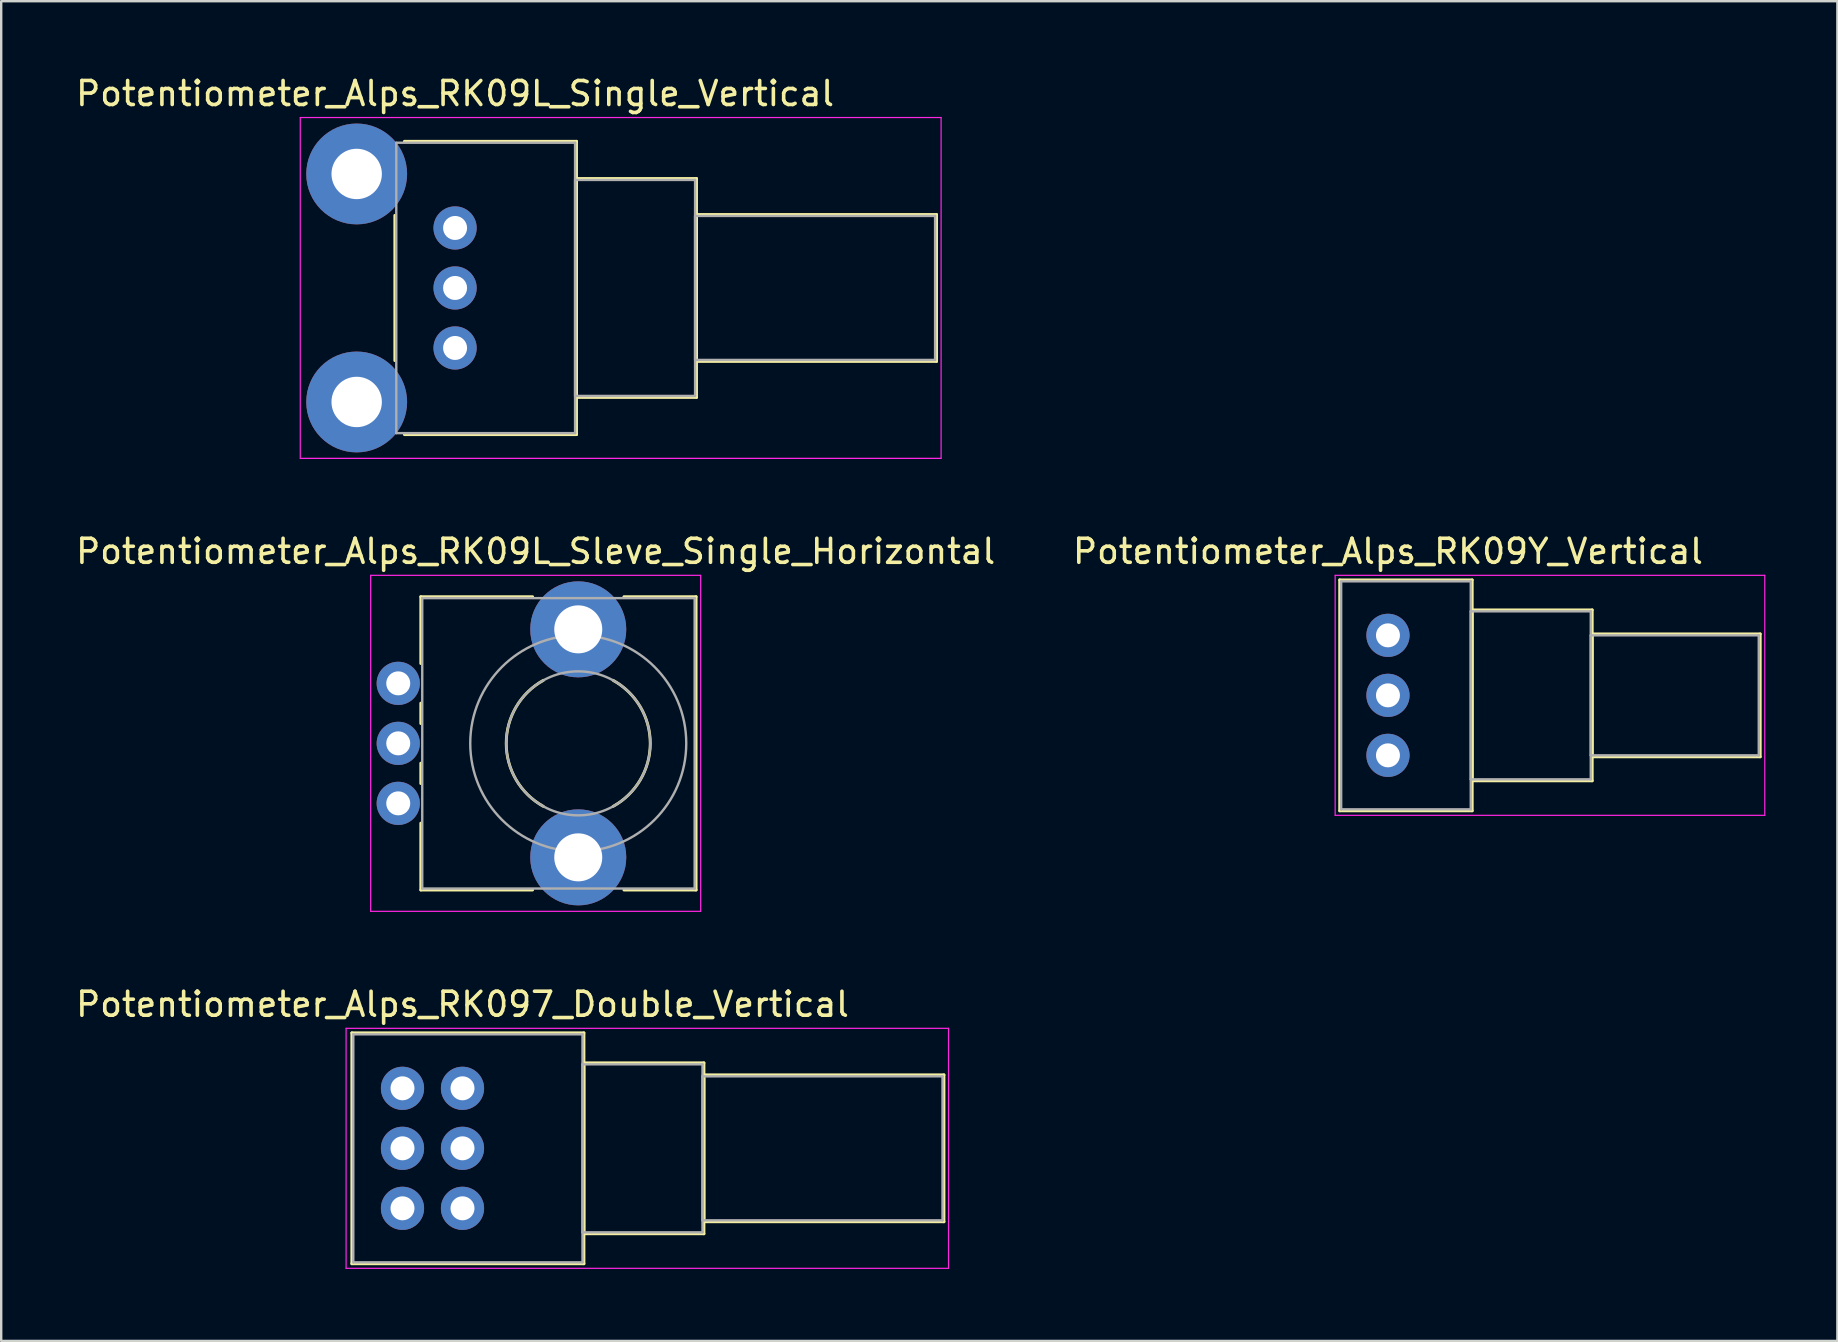
<source format=kicad_pcb>
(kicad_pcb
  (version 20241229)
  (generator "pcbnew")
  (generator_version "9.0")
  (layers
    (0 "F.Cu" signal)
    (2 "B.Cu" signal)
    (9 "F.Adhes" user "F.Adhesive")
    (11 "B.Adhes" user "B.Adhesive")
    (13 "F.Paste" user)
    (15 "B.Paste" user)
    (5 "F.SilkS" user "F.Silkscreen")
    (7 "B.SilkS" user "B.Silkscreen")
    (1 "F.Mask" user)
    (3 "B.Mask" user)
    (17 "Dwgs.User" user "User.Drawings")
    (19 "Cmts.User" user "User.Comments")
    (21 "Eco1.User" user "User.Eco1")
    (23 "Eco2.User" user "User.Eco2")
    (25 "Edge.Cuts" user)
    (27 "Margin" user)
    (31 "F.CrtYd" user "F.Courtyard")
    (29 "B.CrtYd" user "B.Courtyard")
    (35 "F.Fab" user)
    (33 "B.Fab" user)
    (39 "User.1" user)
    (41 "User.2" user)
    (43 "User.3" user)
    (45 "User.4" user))
  (footprint "Potentiometer_Alps_RK09L_Single_Vertical"
    (layer "F.Cu")
    (at 15.911 11.448)
    (property "Reference" "Potentiometer_Alps_RK09L_Single_Vertical" (at 0 -10.6 0) (layer "F.SilkS") (effects (font (size 1 1) (thickness 0.15))))
    (attr through_hole)
    (fp_line (start -2.51 -5.525) (end -2.51 0.525) (stroke (width 0.12) (type solid)) (layer "F.SilkS"))
    (fp_line (start -2.111 -8.61) (end 5.06 -8.61) (stroke (width 0.12) (type solid)) (layer "F.SilkS"))
    (fp_line (start -2.111 3.61) (end 5.06 3.61) (stroke (width 0.12) (type solid)) (layer "F.SilkS"))
    (fp_line (start 5.06 -8.61) (end 5.06 3.61) (stroke (width 0.12) (type solid)) (layer "F.SilkS"))
    (fp_line (start 5.06 -7.06) (end 5.06 2.06) (stroke (width 0.12) (type solid)) (layer "F.SilkS"))
    (fp_line (start 5.06 -7.06) (end 10.06 -7.06) (stroke (width 0.12) (type solid)) (layer "F.SilkS"))
    (fp_line (start 5.06 2.06) (end 10.06 2.06) (stroke (width 0.12) (type solid)) (layer "F.SilkS"))
    (fp_line (start 10.06 -7.06) (end 10.06 2.06) (stroke (width 0.12) (type solid)) (layer "F.SilkS"))
    (fp_line (start 10.06 -5.56) (end 10.06 0.56) (stroke (width 0.12) (type solid)) (layer "F.SilkS"))
    (fp_line (start 10.06 -5.56) (end 20.061 -5.56) (stroke (width 0.12) (type solid)) (layer "F.SilkS"))
    (fp_line (start 10.06 0.56) (end 20.061 0.56) (stroke (width 0.12) (type solid)) (layer "F.SilkS"))
    (fp_line (start 20.061 -5.56) (end 20.061 0.56) (stroke (width 0.12) (type solid)) (layer "F.SilkS"))
    (fp_line (start -6.45 -9.6) (end -6.45 4.6) (stroke (width 0.05) (type solid)) (layer "F.CrtYd"))
    (fp_line (start -6.45 4.6) (end 20.25 4.6) (stroke (width 0.05) (type solid)) (layer "F.CrtYd"))
    (fp_line (start 20.25 -9.6) (end -6.45 -9.6) (stroke (width 0.05) (type solid)) (layer "F.CrtYd"))
    (fp_line (start 20.25 4.6) (end 20.25 -9.6) (stroke (width 0.05) (type solid)) (layer "F.CrtYd"))
    (fp_line (start -2.45 -8.55) (end -2.45 3.55) (stroke (width 0.1) (type solid)) (layer "F.Fab"))
    (fp_line (start -2.45 3.55) (end 5 3.55) (stroke (width 0.1) (type solid)) (layer "F.Fab"))
    (fp_line (start 5 -8.55) (end -2.45 -8.55) (stroke (width 0.1) (type solid)) (layer "F.Fab"))
    (fp_line (start 5 -7) (end 5 2) (stroke (width 0.1) (type solid)) (layer "F.Fab"))
    (fp_line (start 5 2) (end 10 2) (stroke (width 0.1) (type solid)) (layer "F.Fab"))
    (fp_line (start 5 3.55) (end 5 -8.55) (stroke (width 0.1) (type solid)) (layer "F.Fab"))
    (fp_line (start 10 -7) (end 5 -7) (stroke (width 0.1) (type solid)) (layer "F.Fab"))
    (fp_line (start 10 -5.5) (end 10 0.5) (stroke (width 0.1) (type solid)) (layer "F.Fab"))
    (fp_line (start 10 0.5) (end 20 0.5) (stroke (width 0.1) (type solid)) (layer "F.Fab"))
    (fp_line (start 10 2) (end 10 -7) (stroke (width 0.1) (type solid)) (layer "F.Fab"))
    (fp_line (start 20 -5.5) (end 10 -5.5) (stroke (width 0.1) (type solid)) (layer "F.Fab"))
    (fp_line (start 20 0.5) (end 20 -5.5) (stroke (width 0.1) (type solid)) (layer "F.Fab"))
    (pad "0" thru_hole circle (at -4.1 -7.25) (size 4.2 4.2) (drill 2.1) (layers "*.Cu" "*.Mask"))
    (pad "0" thru_hole circle (at -4.1 2.25) (size 4.2 4.2) (drill 2.1) (layers "*.Cu" "*.Mask"))
    (pad "1" thru_hole circle (at 0 0) (size 1.8 1.8) (drill 1) (layers "*.Cu" "*.Mask"))
    (pad "2" thru_hole circle (at 0 -2.5) (size 1.8 1.8) (drill 1) (layers "*.Cu" "*.Mask"))
    (pad "3" thru_hole circle (at 0 -5) (size 1.8 1.8) (drill 1) (layers "*.Cu" "*.Mask")))
  (footprint "Potentiometer_Alps_RK09Y_Vertical"
    (layer "F.Cu")
    (at 54.78 28.422)
    (property "Reference" "Potentiometer_Alps_RK09Y_Vertical" (at 0 -8.5 0) (layer "F.SilkS") (effects (font (size 1 1) (thickness 0.15))))
    (attr through_hole)
    (fp_line (start -2.011 -7.31) (end -2.011 2.31) (stroke (width 0.12) (type solid)) (layer "F.SilkS"))
    (fp_line (start -2.011 -7.31) (end 3.51 -7.31) (stroke (width 0.12) (type solid)) (layer "F.SilkS"))
    (fp_line (start -2.011 2.31) (end 3.51 2.31) (stroke (width 0.12) (type solid)) (layer "F.SilkS"))
    (fp_line (start 3.51 -7.31) (end 3.51 2.31) (stroke (width 0.12) (type solid)) (layer "F.SilkS"))
    (fp_line (start 3.51 -6.06) (end 3.51 1.06) (stroke (width 0.12) (type solid)) (layer "F.SilkS"))
    (fp_line (start 3.51 -6.06) (end 8.51 -6.06) (stroke (width 0.12) (type solid)) (layer "F.SilkS"))
    (fp_line (start 3.51 1.06) (end 8.51 1.06) (stroke (width 0.12) (type solid)) (layer "F.SilkS"))
    (fp_line (start 8.51 -6.06) (end 8.51 1.06) (stroke (width 0.12) (type solid)) (layer "F.SilkS"))
    (fp_line (start 8.51 -5.06) (end 8.51 0.06) (stroke (width 0.12) (type solid)) (layer "F.SilkS"))
    (fp_line (start 8.51 -5.06) (end 15.51 -5.06) (stroke (width 0.12) (type solid)) (layer "F.SilkS"))
    (fp_line (start 8.51 0.06) (end 15.51 0.06) (stroke (width 0.12) (type solid)) (layer "F.SilkS"))
    (fp_line (start 15.51 -5.06) (end 15.51 0.06) (stroke (width 0.12) (type solid)) (layer "F.SilkS"))
    (fp_line (start -2.2 -7.5) (end -2.2 2.5) (stroke (width 0.05) (type solid)) (layer "F.CrtYd"))
    (fp_line (start -2.2 2.5) (end 15.7 2.5) (stroke (width 0.05) (type solid)) (layer "F.CrtYd"))
    (fp_line (start 15.7 -7.5) (end -2.2 -7.5) (stroke (width 0.05) (type solid)) (layer "F.CrtYd"))
    (fp_line (start 15.7 2.5) (end 15.7 -7.5) (stroke (width 0.05) (type solid)) (layer "F.CrtYd"))
    (fp_line (start -1.95 -7.25) (end -1.95 2.25) (stroke (width 0.1) (type solid)) (layer "F.Fab"))
    (fp_line (start -1.95 2.25) (end 3.45 2.25) (stroke (width 0.1) (type solid)) (layer "F.Fab"))
    (fp_line (start 3.45 -7.25) (end -1.95 -7.25) (stroke (width 0.1) (type solid)) (layer "F.Fab"))
    (fp_line (start 3.45 -6) (end 3.45 1) (stroke (width 0.1) (type solid)) (layer "F.Fab"))
    (fp_line (start 3.45 1) (end 8.45 1) (stroke (width 0.1) (type solid)) (layer "F.Fab"))
    (fp_line (start 3.45 2.25) (end 3.45 -7.25) (stroke (width 0.1) (type solid)) (layer "F.Fab"))
    (fp_line (start 8.45 -6) (end 3.45 -6) (stroke (width 0.1) (type solid)) (layer "F.Fab"))
    (fp_line (start 8.45 -5) (end 8.45 0) (stroke (width 0.1) (type solid)) (layer "F.Fab"))
    (fp_line (start 8.45 0) (end 15.45 0) (stroke (width 0.1) (type solid)) (layer "F.Fab"))
    (fp_line (start 8.45 1) (end 8.45 -6) (stroke (width 0.1) (type solid)) (layer "F.Fab"))
    (fp_line (start 15.45 -5) (end 8.45 -5) (stroke (width 0.1) (type solid)) (layer "F.Fab"))
    (fp_line (start 15.45 0) (end 15.45 -5) (stroke (width 0.1) (type solid)) (layer "F.Fab"))
    (pad "1" thru_hole circle (at 0 0) (size 1.8 1.8) (drill 1) (layers "*.Cu" "*.Mask"))
    (pad "2" thru_hole circle (at 0 -2.5) (size 1.8 1.8) (drill 1) (layers "*.Cu" "*.Mask"))
    (pad "3" thru_hole circle (at 0 -5) (size 1.8 1.8) (drill 1) (layers "*.Cu" "*.Mask")))
  (footprint "Potentiometer_Alps_RK09L_Sleve_Single_Horizontal"
    (layer "F.Cu")
    (at 13.543 30.422)
    (property "Reference" "Potentiometer_Alps_RK09L_Sleve_Single_Horizontal" (at 5.725 -10.5 0) (layer "F.SilkS") (effects (font (size 1 1) (thickness 0.15))))
    (attr through_hole)
    (fp_line (start 0.94 -8.61) (end 0.94 -5.825) (stroke (width 0.12) (type solid)) (layer "F.SilkS"))
    (fp_line (start 0.94 -8.61) (end 5.598 -8.61) (stroke (width 0.12) (type solid)) (layer "F.SilkS"))
    (fp_line (start 0.94 -4.175) (end 0.94 -3.325) (stroke (width 0.12) (type solid)) (layer "F.SilkS"))
    (fp_line (start 0.94 -1.675) (end 0.94 -0.825) (stroke (width 0.12) (type solid)) (layer "F.SilkS"))
    (fp_line (start 0.94 0.825) (end 0.94 3.61) (stroke (width 0.12) (type solid)) (layer "F.SilkS"))
    (fp_line (start 0.94 3.61) (end 5.598 3.61) (stroke (width 0.12) (type solid)) (layer "F.SilkS"))
    (fp_line (start 9.403 -8.61) (end 12.41 -8.61) (stroke (width 0.12) (type solid)) (layer "F.SilkS"))
    (fp_line (start 9.403 3.61) (end 12.41 3.61) (stroke (width 0.12) (type solid)) (layer "F.SilkS"))
    (fp_line (start 12.41 -8.61) (end 12.41 3.61) (stroke (width 0.12) (type solid)) (layer "F.SilkS"))
    (fp_arc (start 6.044376 0.1241) (mid 4.49921 -2.500928) (end 6.046 -5.125) (stroke (width 0.12) (type solid)) (layer "F.SilkS"))
    (fp_arc (start 8.954246 -5.124418) (mid 10.5004 -2.500431) (end 8.955 0.124) (stroke (width 0.12) (type solid)) (layer "F.SilkS"))
    (fp_line (start -1.15 -9.5) (end -1.15 4.5) (stroke (width 0.05) (type solid)) (layer "F.CrtYd"))
    (fp_line (start -1.15 4.5) (end 12.6 4.5) (stroke (width 0.05) (type solid)) (layer "F.CrtYd"))
    (fp_line (start 12.6 -9.5) (end -1.15 -9.5) (stroke (width 0.05) (type solid)) (layer "F.CrtYd"))
    (fp_line (start 12.6 4.5) (end 12.6 -9.5) (stroke (width 0.05) (type solid)) (layer "F.CrtYd"))
    (fp_line (start 1 -8.55) (end 1 3.55) (stroke (width 0.1) (type solid)) (layer "F.Fab"))
    (fp_line (start 1 3.55) (end 12.35 3.55) (stroke (width 0.1) (type solid)) (layer "F.Fab"))
    (fp_line (start 12.35 -8.55) (end 1 -8.55) (stroke (width 0.1) (type solid)) (layer "F.Fab"))
    (fp_line (start 12.35 3.55) (end 12.35 -8.55) (stroke (width 0.1) (type solid)) (layer "F.Fab"))
    (fp_circle (center 7.5 -2.5) (end 10.5 -2.5) (stroke (width 0.1) (type solid)) (fill no) (layer "F.Fab"))
    (fp_circle (center 7.5 -2.5) (end 12 -2.5) (stroke (width 0.1) (type solid)) (fill no) (layer "F.Fab"))
    (pad "" np_thru_hole circle (at 7.5 -7.25) (size 4 4) (drill 2) (layers "*.Cu" "*.Mask"))
    (pad "" np_thru_hole circle (at 7.5 2.25) (size 4 4) (drill 2) (layers "*.Cu" "*.Mask"))
    (pad "1" thru_hole circle (at 0 0) (size 1.8 1.8) (drill 1) (layers "*.Cu" "*.Mask"))
    (pad "2" thru_hole circle (at 0 -2.5) (size 1.8 1.8) (drill 1) (layers "*.Cu" "*.Mask"))
    (pad "3" thru_hole circle (at 0 -5) (size 1.8 1.8) (drill 1) (layers "*.Cu" "*.Mask")))
  (footprint "Potentiometer_Alps_RK097_Double_Vertical"
    (layer "F.Cu")
    (at 16.22 47.295)
    (property "Reference" "Potentiometer_Alps_RK097_Double_Vertical" (at 0 -8.5 0) (layer "F.SilkS") (effects (font (size 1 1) (thickness 0.15))))
    (attr through_hole)
    (fp_line (start -4.61 -7.31) (end -4.61 2.31) (stroke (width 0.12) (type solid)) (layer "F.SilkS"))
    (fp_line (start -4.61 -7.31) (end 5.06 -7.31) (stroke (width 0.12) (type solid)) (layer "F.SilkS"))
    (fp_line (start -4.61 2.31) (end 5.06 2.31) (stroke (width 0.12) (type solid)) (layer "F.SilkS"))
    (fp_line (start 5.06 -7.31) (end 5.06 2.31) (stroke (width 0.12) (type solid)) (layer "F.SilkS"))
    (fp_line (start 5.06 -6.06) (end 5.06 1.06) (stroke (width 0.12) (type solid)) (layer "F.SilkS"))
    (fp_line (start 5.06 -6.06) (end 10.06 -6.06) (stroke (width 0.12) (type solid)) (layer "F.SilkS"))
    (fp_line (start 5.06 1.06) (end 10.06 1.06) (stroke (width 0.12) (type solid)) (layer "F.SilkS"))
    (fp_line (start 10.06 -6.06) (end 10.06 1.06) (stroke (width 0.12) (type solid)) (layer "F.SilkS"))
    (fp_line (start 10.06 -5.56) (end 10.06 0.56) (stroke (width 0.12) (type solid)) (layer "F.SilkS"))
    (fp_line (start 10.06 -5.56) (end 20.06 -5.56) (stroke (width 0.12) (type solid)) (layer "F.SilkS"))
    (fp_line (start 10.06 0.56) (end 20.06 0.56) (stroke (width 0.12) (type solid)) (layer "F.SilkS"))
    (fp_line (start 20.06 -5.56) (end 20.06 0.56) (stroke (width 0.12) (type solid)) (layer "F.SilkS"))
    (fp_line (start -4.85 -7.5) (end -4.85 2.5) (stroke (width 0.05) (type solid)) (layer "F.CrtYd"))
    (fp_line (start -4.85 2.5) (end 20.25 2.5) (stroke (width 0.05) (type solid)) (layer "F.CrtYd"))
    (fp_line (start 20.25 -7.5) (end -4.85 -7.5) (stroke (width 0.05) (type solid)) (layer "F.CrtYd"))
    (fp_line (start 20.25 2.5) (end 20.25 -7.5) (stroke (width 0.05) (type solid)) (layer "F.CrtYd"))
    (fp_line (start -4.55 -7.25) (end -4.55 2.25) (stroke (width 0.1) (type solid)) (layer "F.Fab"))
    (fp_line (start -4.55 2.25) (end 5 2.25) (stroke (width 0.1) (type solid)) (layer "F.Fab"))
    (fp_line (start 5 -7.25) (end -4.55 -7.25) (stroke (width 0.1) (type solid)) (layer "F.Fab"))
    (fp_line (start 5 -6) (end 5 1) (stroke (width 0.1) (type solid)) (layer "F.Fab"))
    (fp_line (start 5 1) (end 10 1) (stroke (width 0.1) (type solid)) (layer "F.Fab"))
    (fp_line (start 5 2.25) (end 5 -7.25) (stroke (width 0.1) (type solid)) (layer "F.Fab"))
    (fp_line (start 10 -6) (end 5 -6) (stroke (width 0.1) (type solid)) (layer "F.Fab"))
    (fp_line (start 10 -5.5) (end 10 0.5) (stroke (width 0.1) (type solid)) (layer "F.Fab"))
    (fp_line (start 10 0.5) (end 20 0.5) (stroke (width 0.1) (type solid)) (layer "F.Fab"))
    (fp_line (start 10 1) (end 10 -6) (stroke (width 0.1) (type solid)) (layer "F.Fab"))
    (fp_line (start 20 -5.5) (end 10 -5.5) (stroke (width 0.1) (type solid)) (layer "F.Fab"))
    (fp_line (start 20 0.5) (end 20 -5.5) (stroke (width 0.1) (type solid)) (layer "F.Fab"))
    (pad "1" thru_hole circle (at 0 0) (size 1.8 1.8) (drill 1) (layers "*.Cu" "*.Mask"))
    (pad "2" thru_hole circle (at 0 -2.5) (size 1.8 1.8) (drill 1) (layers "*.Cu" "*.Mask"))
    (pad "3" thru_hole circle (at 0 -5) (size 1.8 1.8) (drill 1) (layers "*.Cu" "*.Mask"))
    (pad "4" thru_hole circle (at -2.5 0) (size 1.8 1.8) (drill 1) (layers "*.Cu" "*.Mask"))
    (pad "5" thru_hole circle (at -2.5 -2.5) (size 1.8 1.8) (drill 1) (layers "*.Cu" "*.Mask"))
    (pad "6" thru_hole circle (at -2.5 -5) (size 1.8 1.8) (drill 1) (layers "*.Cu" "*.Mask")))
  (gr_rect
    (start -3 -3)
    (end 73.505 52.82)
    (stroke (width 0.1) (type default))
    (fill no)
    (layer "Edge.Cuts")))
</source>
